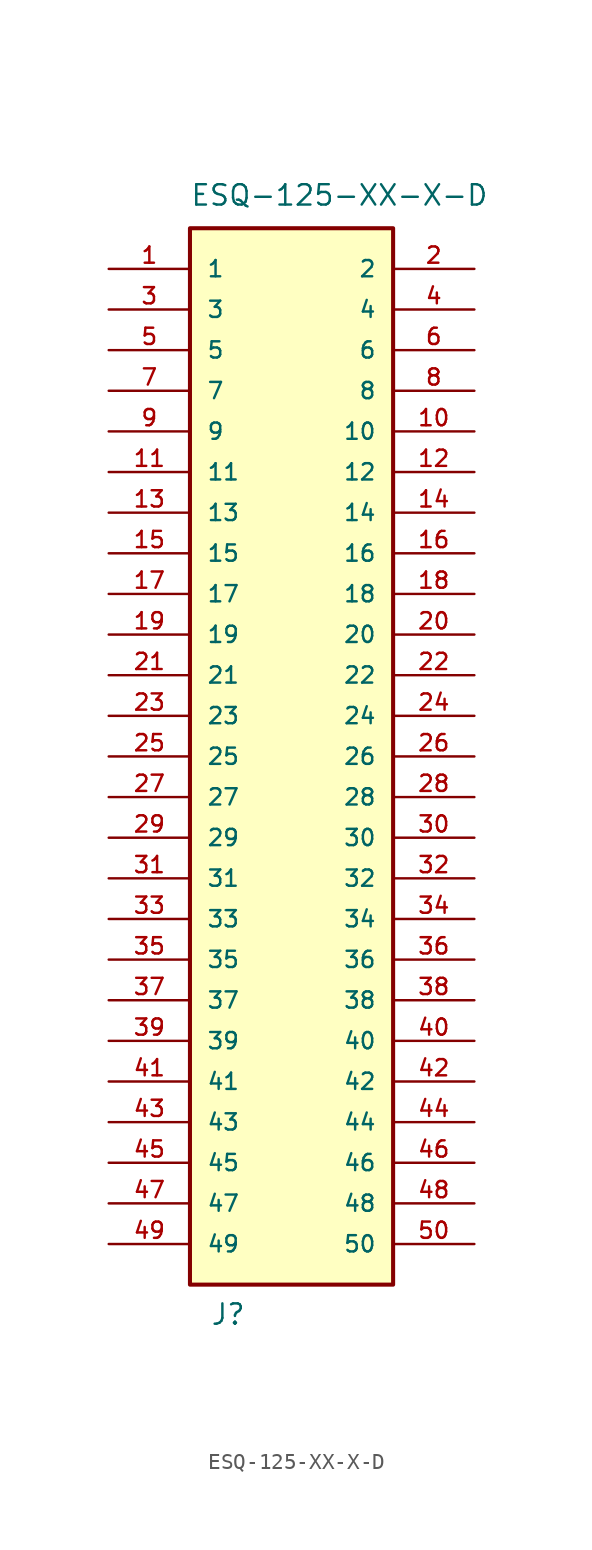
<source format=kicad_sym>
(kicad_symbol_lib
  (version 20211014)
  (generator kicad_symbol_editor)
  (symbol "ESQ-125-XX-X-D"
    (pin_names
      (offset 1.016))
    (property "Reference" "J"
      (at -5.089 -35.624 0)
      (effects (font (size 1.27 1.27)) (justify bottom left)))
    (property "Value" "ESQ-125-XX-X-D"
      (at -6.359 34.34 0)
      (effects (font (size 1.27 1.27)) (justify bottom left)))
    (symbol "ESQ-125-XX-X-D_0_0"
      (rectangle (start -6.35 -33.02) (end 6.35 33.02) (stroke (width 0.254)) (fill (type background)))
      (pin bidirectional line (at -11.43 30.48 0) (length 5.08) (name "1" (effects (font (size 1.016 1.016)))) (number "1" (effects (font (size 1.016 1.016)))))
      (pin bidirectional line (at 11.43 30.48 180.0) (length 5.08) (name "2" (effects (font (size 1.016 1.016)))) (number "2" (effects (font (size 1.016 1.016)))))
      (pin bidirectional line (at -11.43 27.94 0) (length 5.08) (name "3" (effects (font (size 1.016 1.016)))) (number "3" (effects (font (size 1.016 1.016)))))
      (pin bidirectional line (at 11.43 27.94 180.0) (length 5.08) (name "4" (effects (font (size 1.016 1.016)))) (number "4" (effects (font (size 1.016 1.016)))))
      (pin bidirectional line (at -11.43 25.4 0) (length 5.08) (name "5" (effects (font (size 1.016 1.016)))) (number "5" (effects (font (size 1.016 1.016)))))
      (pin bidirectional line (at 11.43 25.4 180.0) (length 5.08) (name "6" (effects (font (size 1.016 1.016)))) (number "6" (effects (font (size 1.016 1.016)))))
      (pin bidirectional line (at -11.43 22.86 0) (length 5.08) (name "7" (effects (font (size 1.016 1.016)))) (number "7" (effects (font (size 1.016 1.016)))))
      (pin bidirectional line (at 11.43 22.86 180.0) (length 5.08) (name "8" (effects (font (size 1.016 1.016)))) (number "8" (effects (font (size 1.016 1.016)))))
      (pin bidirectional line (at -11.43 20.32 0) (length 5.08) (name "9" (effects (font (size 1.016 1.016)))) (number "9" (effects (font (size 1.016 1.016)))))
      (pin bidirectional line (at 11.43 20.32 180.0) (length 5.08) (name "10" (effects (font (size 1.016 1.016)))) (number "10" (effects (font (size 1.016 1.016)))))
      (pin bidirectional line (at -11.43 17.78 0) (length 5.08) (name "11" (effects (font (size 1.016 1.016)))) (number "11" (effects (font (size 1.016 1.016)))))
      (pin bidirectional line (at 11.43 17.78 180.0) (length 5.08) (name "12" (effects (font (size 1.016 1.016)))) (number "12" (effects (font (size 1.016 1.016)))))
      (pin bidirectional line (at -11.43 15.24 0) (length 5.08) (name "13" (effects (font (size 1.016 1.016)))) (number "13" (effects (font (size 1.016 1.016)))))
      (pin bidirectional line (at 11.43 15.24 180.0) (length 5.08) (name "14" (effects (font (size 1.016 1.016)))) (number "14" (effects (font (size 1.016 1.016)))))
      (pin bidirectional line (at -11.43 12.7 0) (length 5.08) (name "15" (effects (font (size 1.016 1.016)))) (number "15" (effects (font (size 1.016 1.016)))))
      (pin bidirectional line (at 11.43 12.7 180.0) (length 5.08) (name "16" (effects (font (size 1.016 1.016)))) (number "16" (effects (font (size 1.016 1.016)))))
      (pin bidirectional line (at -11.43 10.16 0) (length 5.08) (name "17" (effects (font (size 1.016 1.016)))) (number "17" (effects (font (size 1.016 1.016)))))
      (pin bidirectional line (at 11.43 10.16 180.0) (length 5.08) (name "18" (effects (font (size 1.016 1.016)))) (number "18" (effects (font (size 1.016 1.016)))))
      (pin bidirectional line (at -11.43 7.62 0) (length 5.08) (name "19" (effects (font (size 1.016 1.016)))) (number "19" (effects (font (size 1.016 1.016)))))
      (pin bidirectional line (at 11.43 7.62 180.0) (length 5.08) (name "20" (effects (font (size 1.016 1.016)))) (number "20" (effects (font (size 1.016 1.016)))))
      (pin bidirectional line (at -11.43 5.08 0) (length 5.08) (name "21" (effects (font (size 1.016 1.016)))) (number "21" (effects (font (size 1.016 1.016)))))
      (pin bidirectional line (at 11.43 5.08 180.0) (length 5.08) (name "22" (effects (font (size 1.016 1.016)))) (number "22" (effects (font (size 1.016 1.016)))))
      (pin bidirectional line (at -11.43 2.54 0) (length 5.08) (name "23" (effects (font (size 1.016 1.016)))) (number "23" (effects (font (size 1.016 1.016)))))
      (pin bidirectional line (at 11.43 2.54 180.0) (length 5.08) (name "24" (effects (font (size 1.016 1.016)))) (number "24" (effects (font (size 1.016 1.016)))))
      (pin bidirectional line (at -11.43 0.0 0) (length 5.08) (name "25" (effects (font (size 1.016 1.016)))) (number "25" (effects (font (size 1.016 1.016)))))
      (pin bidirectional line (at 11.43 0.0 180.0) (length 5.08) (name "26" (effects (font (size 1.016 1.016)))) (number "26" (effects (font (size 1.016 1.016)))))
      (pin bidirectional line (at -11.43 -2.54 0) (length 5.08) (name "27" (effects (font (size 1.016 1.016)))) (number "27" (effects (font (size 1.016 1.016)))))
      (pin bidirectional line (at 11.43 -2.54 180.0) (length 5.08) (name "28" (effects (font (size 1.016 1.016)))) (number "28" (effects (font (size 1.016 1.016)))))
      (pin bidirectional line (at -11.43 -5.08 0) (length 5.08) (name "29" (effects (font (size 1.016 1.016)))) (number "29" (effects (font (size 1.016 1.016)))))
      (pin bidirectional line (at 11.43 -5.08 180.0) (length 5.08) (name "30" (effects (font (size 1.016 1.016)))) (number "30" (effects (font (size 1.016 1.016)))))
      (pin bidirectional line (at -11.43 -7.62 0) (length 5.08) (name "31" (effects (font (size 1.016 1.016)))) (number "31" (effects (font (size 1.016 1.016)))))
      (pin bidirectional line (at 11.43 -7.62 180.0) (length 5.08) (name "32" (effects (font (size 1.016 1.016)))) (number "32" (effects (font (size 1.016 1.016)))))
      (pin bidirectional line (at -11.43 -10.16 0) (length 5.08) (name "33" (effects (font (size 1.016 1.016)))) (number "33" (effects (font (size 1.016 1.016)))))
      (pin bidirectional line (at 11.43 -10.16 180.0) (length 5.08) (name "34" (effects (font (size 1.016 1.016)))) (number "34" (effects (font (size 1.016 1.016)))))
      (pin bidirectional line (at -11.43 -12.7 0) (length 5.08) (name "35" (effects (font (size 1.016 1.016)))) (number "35" (effects (font (size 1.016 1.016)))))
      (pin bidirectional line (at 11.43 -12.7 180.0) (length 5.08) (name "36" (effects (font (size 1.016 1.016)))) (number "36" (effects (font (size 1.016 1.016)))))
      (pin bidirectional line (at -11.43 -15.24 0) (length 5.08) (name "37" (effects (font (size 1.016 1.016)))) (number "37" (effects (font (size 1.016 1.016)))))
      (pin bidirectional line (at 11.43 -15.24 180.0) (length 5.08) (name "38" (effects (font (size 1.016 1.016)))) (number "38" (effects (font (size 1.016 1.016)))))
      (pin bidirectional line (at -11.43 -17.78 0) (length 5.08) (name "39" (effects (font (size 1.016 1.016)))) (number "39" (effects (font (size 1.016 1.016)))))
      (pin bidirectional line (at 11.43 -17.78 180.0) (length 5.08) (name "40" (effects (font (size 1.016 1.016)))) (number "40" (effects (font (size 1.016 1.016)))))
      (pin bidirectional line (at -11.43 -20.32 0) (length 5.08) (name "41" (effects (font (size 1.016 1.016)))) (number "41" (effects (font (size 1.016 1.016)))))
      (pin bidirectional line (at 11.43 -20.32 180.0) (length 5.08) (name "42" (effects (font (size 1.016 1.016)))) (number "42" (effects (font (size 1.016 1.016)))))
      (pin bidirectional line (at -11.43 -22.86 0) (length 5.08) (name "43" (effects (font (size 1.016 1.016)))) (number "43" (effects (font (size 1.016 1.016)))))
      (pin bidirectional line (at 11.43 -22.86 180.0) (length 5.08) (name "44" (effects (font (size 1.016 1.016)))) (number "44" (effects (font (size 1.016 1.016)))))
      (pin bidirectional line (at -11.43 -25.4 0) (length 5.08) (name "45" (effects (font (size 1.016 1.016)))) (number "45" (effects (font (size 1.016 1.016)))))
      (pin bidirectional line (at 11.43 -25.4 180.0) (length 5.08) (name "46" (effects (font (size 1.016 1.016)))) (number "46" (effects (font (size 1.016 1.016)))))
      (pin bidirectional line (at -11.43 -27.94 0) (length 5.08) (name "47" (effects (font (size 1.016 1.016)))) (number "47" (effects (font (size 1.016 1.016)))))
      (pin bidirectional line (at 11.43 -27.94 180.0) (length 5.08) (name "48" (effects (font (size 1.016 1.016)))) (number "48" (effects (font (size 1.016 1.016)))))
      (pin bidirectional line (at -11.43 -30.48 0) (length 5.08) (name "49" (effects (font (size 1.016 1.016)))) (number "49" (effects (font (size 1.016 1.016)))))
      (pin bidirectional line (at 11.43 -30.48 180.0) (length 5.08) (name "50" (effects (font (size 1.016 1.016)))) (number "50" (effects (font (size 1.016 1.016))))))))
</source>
